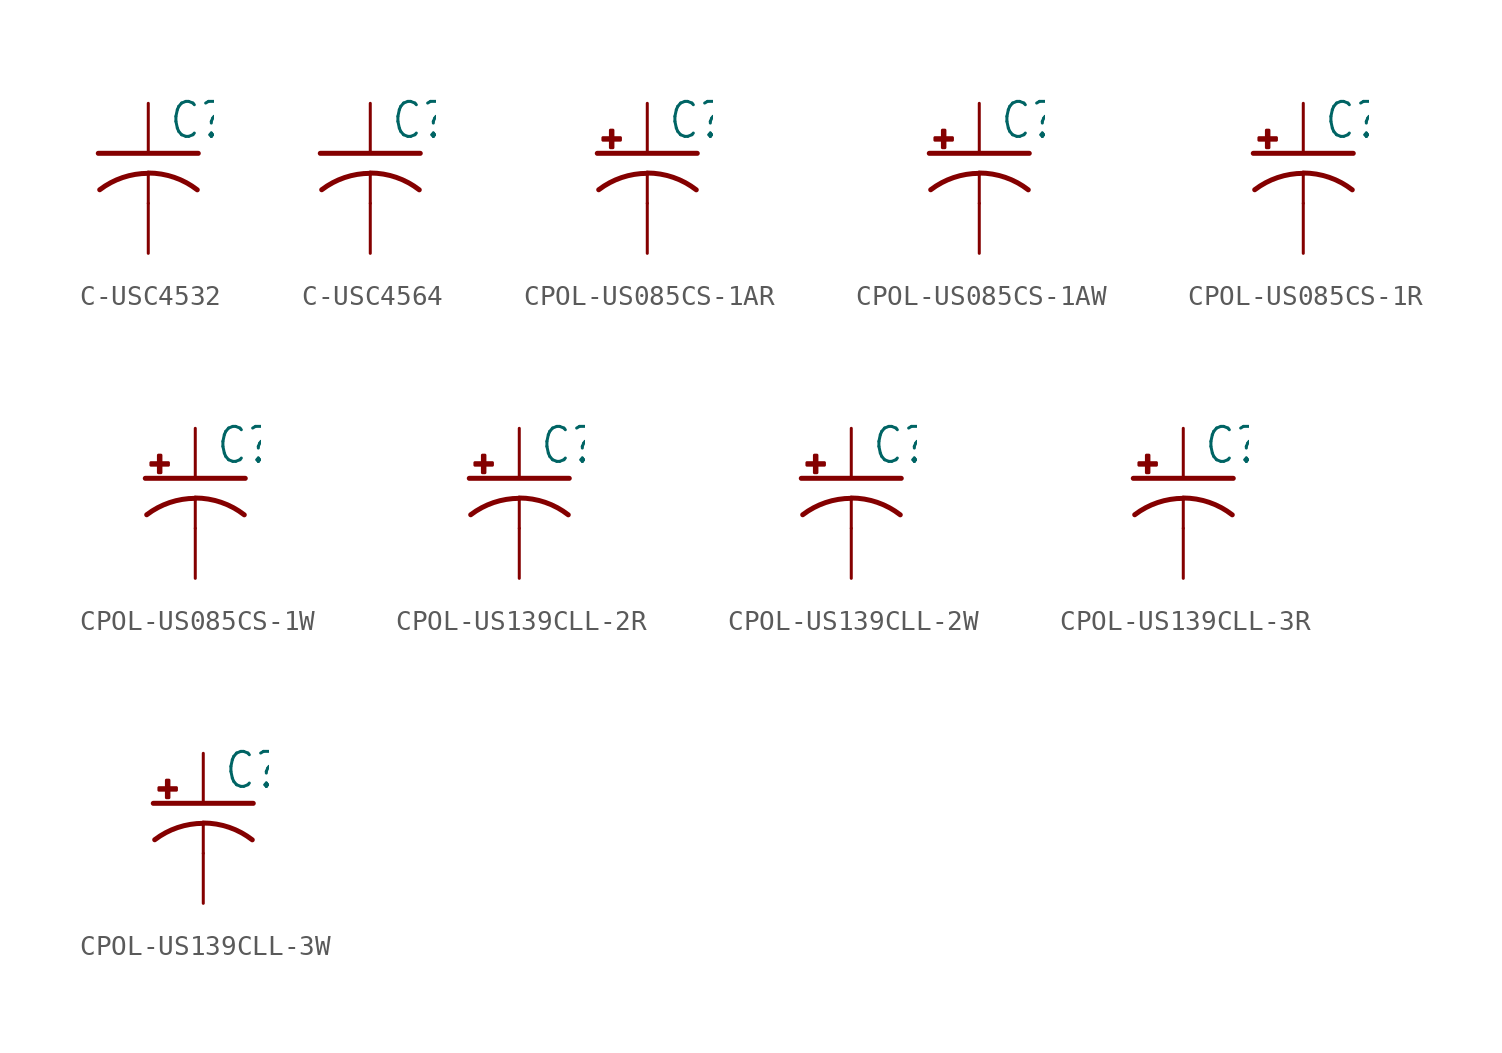
<source format=kicad_sym>
(kicad_symbol_lib
  (version 20241209)
  (generator "kicad_symbol_editor")
  (generator_version "9.0")
  (symbol "C-USC4532"
    (property "Reference" "C"
      (at 1.016 0.635 0)
      (effects (font (size 1.778 1.511)) (justify left bottom)))
    (property "Value" ""
      (at 1.016 -4.191 0)
      (effects (font (size 1.778 1.511)) (justify left bottom)))
    (property "ki_locked" ""
      (at 0 0 0)
      (effects (font (size 1.27 1.27))))
    (symbol "C-USC4532_1_0"
      (polyline (pts (xy -2.54 0) (xy 2.54 0)) (stroke (width 0.254) (type solid)) (fill (type none)))
      (polyline (pts (xy 0 -1.016) (xy 0 -2.54)) (stroke (width 0.152) (type solid)) (fill (type none)))
      (arc (start 0 -1) (mid 1.3158 -1.2195) (end 2.4892 -1.8541) (stroke (width 0.254) (type solid)) (fill (type none)))
      (arc (start -2.4668 -1.8504) (mid -1.302 -1.2303) (end 0 -1.0161) (stroke (width 0.254) (type solid)) (fill (type none)))
      (pin passive line (at 0 2.54 270) (length 2.54) (name "1" (effects (font (size 0 0)))) (number "1" (effects (font (size 0 0)))))
      (pin passive line (at 0 -5.08 90) (length 2.54) (name "2" (effects (font (size 0 0)))) (number "2" (effects (font (size 0 0)))))))
  (symbol "C-USC4564"
    (property "Reference" "C"
      (at 1.016 0.635 0)
      (effects (font (size 1.778 1.511)) (justify left bottom)))
    (property "Value" ""
      (at 1.016 -4.191 0)
      (effects (font (size 1.778 1.511)) (justify left bottom)))
    (property "ki_locked" ""
      (at 0 0 0)
      (effects (font (size 1.27 1.27))))
    (symbol "C-USC4564_1_0"
      (polyline (pts (xy -2.54 0) (xy 2.54 0)) (stroke (width 0.254) (type solid)) (fill (type none)))
      (polyline (pts (xy 0 -1.016) (xy 0 -2.54)) (stroke (width 0.152) (type solid)) (fill (type none)))
      (arc (start 0 -1) (mid 1.3158 -1.2195) (end 2.4892 -1.8541) (stroke (width 0.254) (type solid)) (fill (type none)))
      (arc (start -2.4668 -1.8504) (mid -1.302 -1.2303) (end 0 -1.0161) (stroke (width 0.254) (type solid)) (fill (type none)))
      (pin passive line (at 0 2.54 270) (length 2.54) (name "1" (effects (font (size 0 0)))) (number "1" (effects (font (size 0 0)))))
      (pin passive line (at 0 -5.08 90) (length 2.54) (name "2" (effects (font (size 0 0)))) (number "2" (effects (font (size 0 0)))))))
  (symbol "CPOL-US085CS-1AR"
    (property "Reference" "C"
      (at 1.016 0.635 0)
      (effects (font (size 1.778 1.511)) (justify left bottom)))
    (property "Value" ""
      (at 1.016 -4.191 0)
      (effects (font (size 1.778 1.511)) (justify left bottom)))
    (property "ki_locked" ""
      (at 0 0 0)
      (effects (font (size 1.27 1.27))))
    (symbol "CPOL-US085CS-1AR_1_0"
      (polyline (pts (xy -2.54 0) (xy 2.54 0)) (stroke (width 0.254) (type solid)) (fill (type none)))
      (rectangle (start -2.253 0.668) (end -1.364 0.795) (stroke (width 0) (type default)) (fill (type outline)))
      (rectangle (start -1.872 0.287) (end -1.745 1.176) (stroke (width 0) (type default)) (fill (type outline)))
      (arc (start -2.4669 -1.8504) (mid -1.3021 -1.2303) (end 0 -1.0161) (stroke (width 0.254) (type solid)) (fill (type none)))
      (polyline (pts (xy 0 -1.016) (xy 0 -2.54)) (stroke (width 0.152) (type solid)) (fill (type none)))
      (arc (start 0 -1) (mid 1.3158 -1.2195) (end 2.4892 -1.8541) (stroke (width 0.254) (type solid)) (fill (type none)))
      (pin passive line (at 0 2.54 270) (length 2.54) (name "+" (effects (font (size 0 0)))) (number "+" (effects (font (size 0 0)))))
      (pin passive line (at 0 -5.08 90) (length 2.54) (name "-" (effects (font (size 0 0)))) (number "-" (effects (font (size 0 0)))))))
  (symbol "CPOL-US085CS-1AW"
    (property "Reference" "C"
      (at 1.016 0.635 0)
      (effects (font (size 1.778 1.511)) (justify left bottom)))
    (property "Value" ""
      (at 1.016 -4.191 0)
      (effects (font (size 1.778 1.511)) (justify left bottom)))
    (property "ki_locked" ""
      (at 0 0 0)
      (effects (font (size 1.27 1.27))))
    (symbol "CPOL-US085CS-1AW_1_0"
      (polyline (pts (xy -2.54 0) (xy 2.54 0)) (stroke (width 0.254) (type solid)) (fill (type none)))
      (rectangle (start -2.253 0.668) (end -1.364 0.795) (stroke (width 0) (type default)) (fill (type outline)))
      (rectangle (start -1.872 0.287) (end -1.745 1.176) (stroke (width 0) (type default)) (fill (type outline)))
      (arc (start -2.4669 -1.8504) (mid -1.3021 -1.2303) (end 0 -1.0161) (stroke (width 0.254) (type solid)) (fill (type none)))
      (polyline (pts (xy 0 -1.016) (xy 0 -2.54)) (stroke (width 0.152) (type solid)) (fill (type none)))
      (arc (start 0 -1) (mid 1.3158 -1.2195) (end 2.4892 -1.8541) (stroke (width 0.254) (type solid)) (fill (type none)))
      (pin passive line (at 0 2.54 270) (length 2.54) (name "+" (effects (font (size 0 0)))) (number "+" (effects (font (size 0 0)))))
      (pin passive line (at 0 -5.08 90) (length 2.54) (name "-" (effects (font (size 0 0)))) (number "-" (effects (font (size 0 0)))))))
  (symbol "CPOL-US085CS-1R"
    (property "Reference" "C"
      (at 1.016 0.635 0)
      (effects (font (size 1.778 1.511)) (justify left bottom)))
    (property "Value" ""
      (at 1.016 -4.191 0)
      (effects (font (size 1.778 1.511)) (justify left bottom)))
    (property "ki_locked" ""
      (at 0 0 0)
      (effects (font (size 1.27 1.27))))
    (symbol "CPOL-US085CS-1R_1_0"
      (polyline (pts (xy -2.54 0) (xy 2.54 0)) (stroke (width 0.254) (type solid)) (fill (type none)))
      (rectangle (start -2.253 0.668) (end -1.364 0.795) (stroke (width 0) (type default)) (fill (type outline)))
      (rectangle (start -1.872 0.287) (end -1.745 1.176) (stroke (width 0) (type default)) (fill (type outline)))
      (arc (start -2.4669 -1.8504) (mid -1.3021 -1.2303) (end 0 -1.0161) (stroke (width 0.254) (type solid)) (fill (type none)))
      (polyline (pts (xy 0 -1.016) (xy 0 -2.54)) (stroke (width 0.152) (type solid)) (fill (type none)))
      (arc (start 0 -1) (mid 1.3158 -1.2195) (end 2.4892 -1.8541) (stroke (width 0.254) (type solid)) (fill (type none)))
      (pin passive line (at 0 2.54 270) (length 2.54) (name "+" (effects (font (size 0 0)))) (number "+" (effects (font (size 0 0)))))
      (pin passive line (at 0 -5.08 90) (length 2.54) (name "-" (effects (font (size 0 0)))) (number "-" (effects (font (size 0 0)))))))
  (symbol "CPOL-US085CS-1W"
    (property "Reference" "C"
      (at 1.016 0.635 0)
      (effects (font (size 1.778 1.511)) (justify left bottom)))
    (property "Value" ""
      (at 1.016 -4.191 0)
      (effects (font (size 1.778 1.511)) (justify left bottom)))
    (property "ki_locked" ""
      (at 0 0 0)
      (effects (font (size 1.27 1.27))))
    (symbol "CPOL-US085CS-1W_1_0"
      (polyline (pts (xy -2.54 0) (xy 2.54 0)) (stroke (width 0.254) (type solid)) (fill (type none)))
      (rectangle (start -2.253 0.668) (end -1.364 0.795) (stroke (width 0) (type default)) (fill (type outline)))
      (rectangle (start -1.872 0.287) (end -1.745 1.176) (stroke (width 0) (type default)) (fill (type outline)))
      (arc (start -2.4669 -1.8504) (mid -1.3021 -1.2303) (end 0 -1.0161) (stroke (width 0.254) (type solid)) (fill (type none)))
      (polyline (pts (xy 0 -1.016) (xy 0 -2.54)) (stroke (width 0.152) (type solid)) (fill (type none)))
      (arc (start 0 -1) (mid 1.3158 -1.2195) (end 2.4892 -1.8541) (stroke (width 0.254) (type solid)) (fill (type none)))
      (pin passive line (at 0 2.54 270) (length 2.54) (name "+" (effects (font (size 0 0)))) (number "+" (effects (font (size 0 0)))))
      (pin passive line (at 0 -5.08 90) (length 2.54) (name "-" (effects (font (size 0 0)))) (number "-" (effects (font (size 0 0)))))))
  (symbol "CPOL-US139CLL-2R"
    (property "Reference" "C"
      (at 1.016 0.635 0)
      (effects (font (size 1.778 1.511)) (justify left bottom)))
    (property "Value" ""
      (at 1.016 -4.191 0)
      (effects (font (size 1.778 1.511)) (justify left bottom)))
    (property "ki_locked" ""
      (at 0 0 0)
      (effects (font (size 1.27 1.27))))
    (symbol "CPOL-US139CLL-2R_1_0"
      (polyline (pts (xy -2.54 0) (xy 2.54 0)) (stroke (width 0.254) (type solid)) (fill (type none)))
      (rectangle (start -2.253 0.668) (end -1.364 0.795) (stroke (width 0) (type default)) (fill (type outline)))
      (rectangle (start -1.872 0.287) (end -1.745 1.176) (stroke (width 0) (type default)) (fill (type outline)))
      (arc (start -2.4669 -1.8504) (mid -1.3021 -1.2303) (end 0 -1.0161) (stroke (width 0.254) (type solid)) (fill (type none)))
      (polyline (pts (xy 0 -1.016) (xy 0 -2.54)) (stroke (width 0.152) (type solid)) (fill (type none)))
      (arc (start 0 -1) (mid 1.3158 -1.2195) (end 2.4892 -1.8541) (stroke (width 0.254) (type solid)) (fill (type none)))
      (pin passive line (at 0 2.54 270) (length 2.54) (name "+" (effects (font (size 0 0)))) (number "+" (effects (font (size 0 0)))))
      (pin passive line (at 0 -5.08 90) (length 2.54) (name "-" (effects (font (size 0 0)))) (number "-" (effects (font (size 0 0)))))))
  (symbol "CPOL-US139CLL-2W"
    (property "Reference" "C"
      (at 1.016 0.635 0)
      (effects (font (size 1.778 1.511)) (justify left bottom)))
    (property "Value" ""
      (at 1.016 -4.191 0)
      (effects (font (size 1.778 1.511)) (justify left bottom)))
    (property "ki_locked" ""
      (at 0 0 0)
      (effects (font (size 1.27 1.27))))
    (symbol "CPOL-US139CLL-2W_1_0"
      (polyline (pts (xy -2.54 0) (xy 2.54 0)) (stroke (width 0.254) (type solid)) (fill (type none)))
      (rectangle (start -2.253 0.668) (end -1.364 0.795) (stroke (width 0) (type default)) (fill (type outline)))
      (rectangle (start -1.872 0.287) (end -1.745 1.176) (stroke (width 0) (type default)) (fill (type outline)))
      (arc (start -2.4669 -1.8504) (mid -1.3021 -1.2303) (end 0 -1.0161) (stroke (width 0.254) (type solid)) (fill (type none)))
      (polyline (pts (xy 0 -1.016) (xy 0 -2.54)) (stroke (width 0.152) (type solid)) (fill (type none)))
      (arc (start 0 -1) (mid 1.3158 -1.2195) (end 2.4892 -1.8541) (stroke (width 0.254) (type solid)) (fill (type none)))
      (pin passive line (at 0 2.54 270) (length 2.54) (name "+" (effects (font (size 0 0)))) (number "+" (effects (font (size 0 0)))))
      (pin passive line (at 0 -5.08 90) (length 2.54) (name "-" (effects (font (size 0 0)))) (number "-" (effects (font (size 0 0)))))))
  (symbol "CPOL-US139CLL-3R"
    (property "Reference" "C"
      (at 1.016 0.635 0)
      (effects (font (size 1.778 1.511)) (justify left bottom)))
    (property "Value" ""
      (at 1.016 -4.191 0)
      (effects (font (size 1.778 1.511)) (justify left bottom)))
    (property "ki_locked" ""
      (at 0 0 0)
      (effects (font (size 1.27 1.27))))
    (symbol "CPOL-US139CLL-3R_1_0"
      (polyline (pts (xy -2.54 0) (xy 2.54 0)) (stroke (width 0.254) (type solid)) (fill (type none)))
      (rectangle (start -2.253 0.668) (end -1.364 0.795) (stroke (width 0) (type default)) (fill (type outline)))
      (rectangle (start -1.872 0.287) (end -1.745 1.176) (stroke (width 0) (type default)) (fill (type outline)))
      (arc (start -2.4669 -1.8504) (mid -1.3021 -1.2303) (end 0 -1.0161) (stroke (width 0.254) (type solid)) (fill (type none)))
      (polyline (pts (xy 0 -1.016) (xy 0 -2.54)) (stroke (width 0.152) (type solid)) (fill (type none)))
      (arc (start 0 -1) (mid 1.3158 -1.2195) (end 2.4892 -1.8541) (stroke (width 0.254) (type solid)) (fill (type none)))
      (pin passive line (at 0 2.54 270) (length 2.54) (name "+" (effects (font (size 0 0)))) (number "+" (effects (font (size 0 0)))))
      (pin passive line (at 0 -5.08 90) (length 2.54) (name "-" (effects (font (size 0 0)))) (number "-" (effects (font (size 0 0)))))))
  (symbol "CPOL-US139CLL-3W"
    (property "Reference" "C"
      (at 1.016 0.635 0)
      (effects (font (size 1.778 1.511)) (justify left bottom)))
    (property "Value" ""
      (at 1.016 -4.191 0)
      (effects (font (size 1.778 1.511)) (justify left bottom)))
    (property "ki_locked" ""
      (at 0 0 0)
      (effects (font (size 1.27 1.27))))
    (symbol "CPOL-US139CLL-3W_1_0"
      (polyline (pts (xy -2.54 0) (xy 2.54 0)) (stroke (width 0.254) (type solid)) (fill (type none)))
      (rectangle (start -2.253 0.668) (end -1.364 0.795) (stroke (width 0) (type default)) (fill (type outline)))
      (rectangle (start -1.872 0.287) (end -1.745 1.176) (stroke (width 0) (type default)) (fill (type outline)))
      (arc (start -2.4669 -1.8504) (mid -1.3021 -1.2303) (end 0 -1.0161) (stroke (width 0.254) (type solid)) (fill (type none)))
      (polyline (pts (xy 0 -1.016) (xy 0 -2.54)) (stroke (width 0.152) (type solid)) (fill (type none)))
      (arc (start 0 -1) (mid 1.3158 -1.2195) (end 2.4892 -1.8541) (stroke (width 0.254) (type solid)) (fill (type none)))
      (pin passive line (at 0 2.54 270) (length 2.54) (name "+" (effects (font (size 0 0)))) (number "+" (effects (font (size 0 0)))))
      (pin passive line (at 0 -5.08 90) (length 2.54) (name "-" (effects (font (size 0 0)))) (number "-" (effects (font (size 0 0))))))))
</source>
